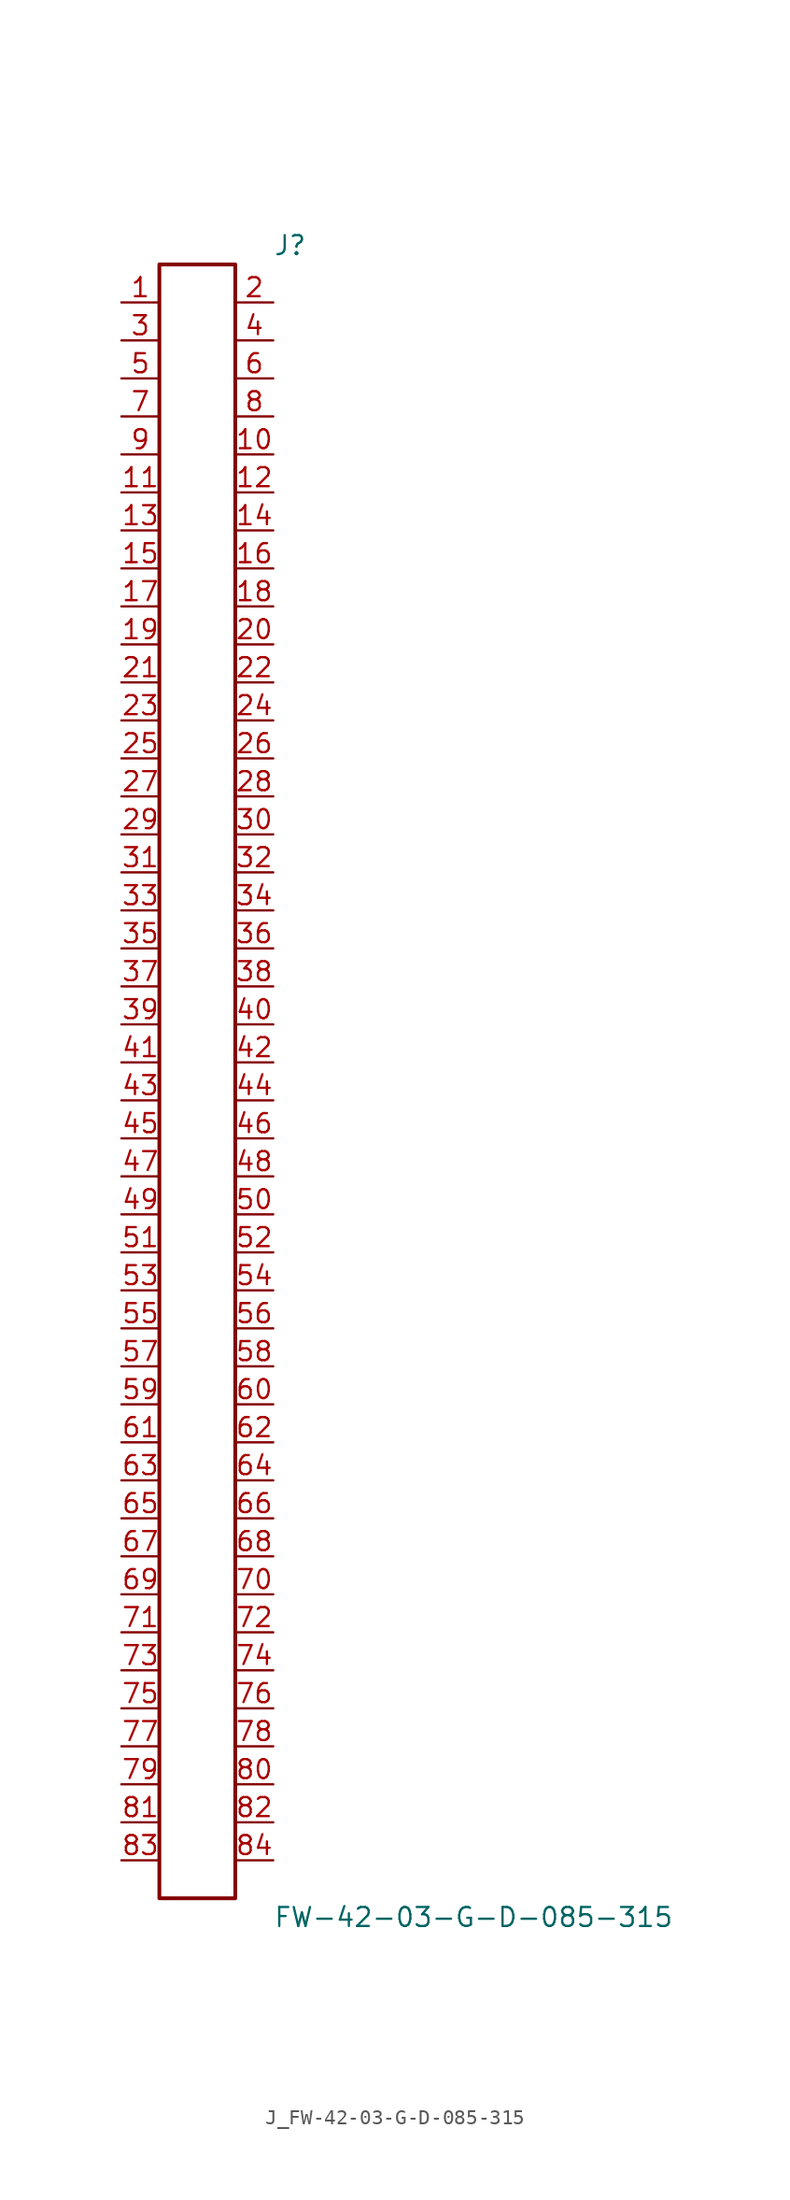
<source format=kicad_sym>
(kicad_symbol_lib
  (version 20231120)
  (generator kicad_symbol_editor)
  (generator_version 8.0)
  (symbol "J_FW-42-03-G-D-085-315"
    (pin_names
      (offset 0.254))
    (property "Reference" "J"
      (at 5.08 55.88 0)
      (effects (font (size 1.27 1.27)) (justify left)))
    (property "Value" "FW-42-03-G-D-085-315"
      (at 5.08 -55.88 0)
      (effects (font (size 1.27 1.27)) (justify left)))
    (symbol "J_FW-42-03-G-D-085-315_0_0"
      (pin unspecified line (at -5.08 52.07 0) (length 2.54) (name "" (effects (font (size 1.27 1.27)))) (number "1" (effects (font (size 1.27 1.27)))))
      (pin unspecified line (at 5.08 52.07 180) (length 2.54) (name "" (effects (font (size 1.27 1.27)))) (number "2" (effects (font (size 1.27 1.27)))))
      (pin unspecified line (at -5.08 49.53 0) (length 2.54) (name "" (effects (font (size 1.27 1.27)))) (number "3" (effects (font (size 1.27 1.27)))))
      (pin unspecified line (at 5.08 49.53 180) (length 2.54) (name "" (effects (font (size 1.27 1.27)))) (number "4" (effects (font (size 1.27 1.27)))))
      (pin unspecified line (at -5.08 46.99 0) (length 2.54) (name "" (effects (font (size 1.27 1.27)))) (number "5" (effects (font (size 1.27 1.27)))))
      (pin unspecified line (at 5.08 46.99 180) (length 2.54) (name "" (effects (font (size 1.27 1.27)))) (number "6" (effects (font (size 1.27 1.27)))))
      (pin unspecified line (at -5.08 44.45 0) (length 2.54) (name "" (effects (font (size 1.27 1.27)))) (number "7" (effects (font (size 1.27 1.27)))))
      (pin unspecified line (at 5.08 44.45 180) (length 2.54) (name "" (effects (font (size 1.27 1.27)))) (number "8" (effects (font (size 1.27 1.27)))))
      (pin unspecified line (at -5.08 41.91 0) (length 2.54) (name "" (effects (font (size 1.27 1.27)))) (number "9" (effects (font (size 1.27 1.27)))))
      (pin unspecified line (at 5.08 41.91 180) (length 2.54) (name "" (effects (font (size 1.27 1.27)))) (number "10" (effects (font (size 1.27 1.27)))))
      (pin unspecified line (at -5.08 39.37 0) (length 2.54) (name "" (effects (font (size 1.27 1.27)))) (number "11" (effects (font (size 1.27 1.27)))))
      (pin unspecified line (at 5.08 39.37 180) (length 2.54) (name "" (effects (font (size 1.27 1.27)))) (number "12" (effects (font (size 1.27 1.27)))))
      (pin unspecified line (at -5.08 36.83 0) (length 2.54) (name "" (effects (font (size 1.27 1.27)))) (number "13" (effects (font (size 1.27 1.27)))))
      (pin unspecified line (at 5.08 36.83 180) (length 2.54) (name "" (effects (font (size 1.27 1.27)))) (number "14" (effects (font (size 1.27 1.27)))))
      (pin unspecified line (at -5.08 34.29 0) (length 2.54) (name "" (effects (font (size 1.27 1.27)))) (number "15" (effects (font (size 1.27 1.27)))))
      (pin unspecified line (at 5.08 34.29 180) (length 2.54) (name "" (effects (font (size 1.27 1.27)))) (number "16" (effects (font (size 1.27 1.27)))))
      (pin unspecified line (at -5.08 31.75 0) (length 2.54) (name "" (effects (font (size 1.27 1.27)))) (number "17" (effects (font (size 1.27 1.27)))))
      (pin unspecified line (at 5.08 31.75 180) (length 2.54) (name "" (effects (font (size 1.27 1.27)))) (number "18" (effects (font (size 1.27 1.27)))))
      (pin unspecified line (at -5.08 29.21 0) (length 2.54) (name "" (effects (font (size 1.27 1.27)))) (number "19" (effects (font (size 1.27 1.27)))))
      (pin unspecified line (at 5.08 29.21 180) (length 2.54) (name "" (effects (font (size 1.27 1.27)))) (number "20" (effects (font (size 1.27 1.27)))))
      (pin unspecified line (at -5.08 26.67 0) (length 2.54) (name "" (effects (font (size 1.27 1.27)))) (number "21" (effects (font (size 1.27 1.27)))))
      (pin unspecified line (at 5.08 26.67 180) (length 2.54) (name "" (effects (font (size 1.27 1.27)))) (number "22" (effects (font (size 1.27 1.27)))))
      (pin unspecified line (at -5.08 24.13 0) (length 2.54) (name "" (effects (font (size 1.27 1.27)))) (number "23" (effects (font (size 1.27 1.27)))))
      (pin unspecified line (at 5.08 24.13 180) (length 2.54) (name "" (effects (font (size 1.27 1.27)))) (number "24" (effects (font (size 1.27 1.27)))))
      (pin unspecified line (at -5.08 21.59 0) (length 2.54) (name "" (effects (font (size 1.27 1.27)))) (number "25" (effects (font (size 1.27 1.27)))))
      (pin unspecified line (at 5.08 21.59 180) (length 2.54) (name "" (effects (font (size 1.27 1.27)))) (number "26" (effects (font (size 1.27 1.27)))))
      (pin unspecified line (at -5.08 19.05 0) (length 2.54) (name "" (effects (font (size 1.27 1.27)))) (number "27" (effects (font (size 1.27 1.27)))))
      (pin unspecified line (at 5.08 19.05 180) (length 2.54) (name "" (effects (font (size 1.27 1.27)))) (number "28" (effects (font (size 1.27 1.27)))))
      (pin unspecified line (at -5.08 16.51 0) (length 2.54) (name "" (effects (font (size 1.27 1.27)))) (number "29" (effects (font (size 1.27 1.27)))))
      (pin unspecified line (at 5.08 16.51 180) (length 2.54) (name "" (effects (font (size 1.27 1.27)))) (number "30" (effects (font (size 1.27 1.27)))))
      (pin unspecified line (at -5.08 13.97 0) (length 2.54) (name "" (effects (font (size 1.27 1.27)))) (number "31" (effects (font (size 1.27 1.27)))))
      (pin unspecified line (at 5.08 13.97 180) (length 2.54) (name "" (effects (font (size 1.27 1.27)))) (number "32" (effects (font (size 1.27 1.27)))))
      (pin unspecified line (at -5.08 11.43 0) (length 2.54) (name "" (effects (font (size 1.27 1.27)))) (number "33" (effects (font (size 1.27 1.27)))))
      (pin unspecified line (at 5.08 11.43 180) (length 2.54) (name "" (effects (font (size 1.27 1.27)))) (number "34" (effects (font (size 1.27 1.27)))))
      (pin unspecified line (at -5.08 8.89 0) (length 2.54) (name "" (effects (font (size 1.27 1.27)))) (number "35" (effects (font (size 1.27 1.27)))))
      (pin unspecified line (at 5.08 8.89 180) (length 2.54) (name "" (effects (font (size 1.27 1.27)))) (number "36" (effects (font (size 1.27 1.27)))))
      (pin unspecified line (at -5.08 6.35 0) (length 2.54) (name "" (effects (font (size 1.27 1.27)))) (number "37" (effects (font (size 1.27 1.27)))))
      (pin unspecified line (at 5.08 6.35 180) (length 2.54) (name "" (effects (font (size 1.27 1.27)))) (number "38" (effects (font (size 1.27 1.27)))))
      (pin unspecified line (at -5.08 3.81 0) (length 2.54) (name "" (effects (font (size 1.27 1.27)))) (number "39" (effects (font (size 1.27 1.27)))))
      (pin unspecified line (at 5.08 3.81 180) (length 2.54) (name "" (effects (font (size 1.27 1.27)))) (number "40" (effects (font (size 1.27 1.27)))))
      (pin unspecified line (at -5.08 1.27 0) (length 2.54) (name "" (effects (font (size 1.27 1.27)))) (number "41" (effects (font (size 1.27 1.27)))))
      (pin unspecified line (at 5.08 1.27 180) (length 2.54) (name "" (effects (font (size 1.27 1.27)))) (number "42" (effects (font (size 1.27 1.27)))))
      (pin unspecified line (at -5.08 -1.27 0) (length 2.54) (name "" (effects (font (size 1.27 1.27)))) (number "43" (effects (font (size 1.27 1.27)))))
      (pin unspecified line (at 5.08 -1.27 180) (length 2.54) (name "" (effects (font (size 1.27 1.27)))) (number "44" (effects (font (size 1.27 1.27)))))
      (pin unspecified line (at -5.08 -3.81 0) (length 2.54) (name "" (effects (font (size 1.27 1.27)))) (number "45" (effects (font (size 1.27 1.27)))))
      (pin unspecified line (at 5.08 -3.81 180) (length 2.54) (name "" (effects (font (size 1.27 1.27)))) (number "46" (effects (font (size 1.27 1.27)))))
      (pin unspecified line (at -5.08 -6.35 0) (length 2.54) (name "" (effects (font (size 1.27 1.27)))) (number "47" (effects (font (size 1.27 1.27)))))
      (pin unspecified line (at 5.08 -6.35 180) (length 2.54) (name "" (effects (font (size 1.27 1.27)))) (number "48" (effects (font (size 1.27 1.27)))))
      (pin unspecified line (at -5.08 -8.89 0) (length 2.54) (name "" (effects (font (size 1.27 1.27)))) (number "49" (effects (font (size 1.27 1.27)))))
      (pin unspecified line (at 5.08 -8.89 180) (length 2.54) (name "" (effects (font (size 1.27 1.27)))) (number "50" (effects (font (size 1.27 1.27)))))
      (pin unspecified line (at -5.08 -11.43 0) (length 2.54) (name "" (effects (font (size 1.27 1.27)))) (number "51" (effects (font (size 1.27 1.27)))))
      (pin unspecified line (at 5.08 -11.43 180) (length 2.54) (name "" (effects (font (size 1.27 1.27)))) (number "52" (effects (font (size 1.27 1.27)))))
      (pin unspecified line (at -5.08 -13.97 0) (length 2.54) (name "" (effects (font (size 1.27 1.27)))) (number "53" (effects (font (size 1.27 1.27)))))
      (pin unspecified line (at 5.08 -13.97 180) (length 2.54) (name "" (effects (font (size 1.27 1.27)))) (number "54" (effects (font (size 1.27 1.27)))))
      (pin unspecified line (at -5.08 -16.51 0) (length 2.54) (name "" (effects (font (size 1.27 1.27)))) (number "55" (effects (font (size 1.27 1.27)))))
      (pin unspecified line (at 5.08 -16.51 180) (length 2.54) (name "" (effects (font (size 1.27 1.27)))) (number "56" (effects (font (size 1.27 1.27)))))
      (pin unspecified line (at -5.08 -19.05 0) (length 2.54) (name "" (effects (font (size 1.27 1.27)))) (number "57" (effects (font (size 1.27 1.27)))))
      (pin unspecified line (at 5.08 -19.05 180) (length 2.54) (name "" (effects (font (size 1.27 1.27)))) (number "58" (effects (font (size 1.27 1.27)))))
      (pin unspecified line (at -5.08 -21.59 0) (length 2.54) (name "" (effects (font (size 1.27 1.27)))) (number "59" (effects (font (size 1.27 1.27)))))
      (pin unspecified line (at 5.08 -21.59 180) (length 2.54) (name "" (effects (font (size 1.27 1.27)))) (number "60" (effects (font (size 1.27 1.27)))))
      (pin unspecified line (at -5.08 -24.13 0) (length 2.54) (name "" (effects (font (size 1.27 1.27)))) (number "61" (effects (font (size 1.27 1.27)))))
      (pin unspecified line (at 5.08 -24.13 180) (length 2.54) (name "" (effects (font (size 1.27 1.27)))) (number "62" (effects (font (size 1.27 1.27)))))
      (pin unspecified line (at -5.08 -26.67 0) (length 2.54) (name "" (effects (font (size 1.27 1.27)))) (number "63" (effects (font (size 1.27 1.27)))))
      (pin unspecified line (at 5.08 -26.67 180) (length 2.54) (name "" (effects (font (size 1.27 1.27)))) (number "64" (effects (font (size 1.27 1.27)))))
      (pin unspecified line (at -5.08 -29.21 0) (length 2.54) (name "" (effects (font (size 1.27 1.27)))) (number "65" (effects (font (size 1.27 1.27)))))
      (pin unspecified line (at 5.08 -29.21 180) (length 2.54) (name "" (effects (font (size 1.27 1.27)))) (number "66" (effects (font (size 1.27 1.27)))))
      (pin unspecified line (at -5.08 -31.75 0) (length 2.54) (name "" (effects (font (size 1.27 1.27)))) (number "67" (effects (font (size 1.27 1.27)))))
      (pin unspecified line (at 5.08 -31.75 180) (length 2.54) (name "" (effects (font (size 1.27 1.27)))) (number "68" (effects (font (size 1.27 1.27)))))
      (pin unspecified line (at -5.08 -34.29 0) (length 2.54) (name "" (effects (font (size 1.27 1.27)))) (number "69" (effects (font (size 1.27 1.27)))))
      (pin unspecified line (at 5.08 -34.29 180) (length 2.54) (name "" (effects (font (size 1.27 1.27)))) (number "70" (effects (font (size 1.27 1.27)))))
      (pin unspecified line (at -5.08 -36.83 0) (length 2.54) (name "" (effects (font (size 1.27 1.27)))) (number "71" (effects (font (size 1.27 1.27)))))
      (pin unspecified line (at 5.08 -36.83 180) (length 2.54) (name "" (effects (font (size 1.27 1.27)))) (number "72" (effects (font (size 1.27 1.27)))))
      (pin unspecified line (at -5.08 -39.37 0) (length 2.54) (name "" (effects (font (size 1.27 1.27)))) (number "73" (effects (font (size 1.27 1.27)))))
      (pin unspecified line (at 5.08 -39.37 180) (length 2.54) (name "" (effects (font (size 1.27 1.27)))) (number "74" (effects (font (size 1.27 1.27)))))
      (pin unspecified line (at -5.08 -41.91 0) (length 2.54) (name "" (effects (font (size 1.27 1.27)))) (number "75" (effects (font (size 1.27 1.27)))))
      (pin unspecified line (at 5.08 -41.91 180) (length 2.54) (name "" (effects (font (size 1.27 1.27)))) (number "76" (effects (font (size 1.27 1.27)))))
      (pin unspecified line (at -5.08 -44.45 0) (length 2.54) (name "" (effects (font (size 1.27 1.27)))) (number "77" (effects (font (size 1.27 1.27)))))
      (pin unspecified line (at 5.08 -44.45 180) (length 2.54) (name "" (effects (font (size 1.27 1.27)))) (number "78" (effects (font (size 1.27 1.27)))))
      (pin unspecified line (at -5.08 -46.99 0) (length 2.54) (name "" (effects (font (size 1.27 1.27)))) (number "79" (effects (font (size 1.27 1.27)))))
      (pin unspecified line (at 5.08 -46.99 180) (length 2.54) (name "" (effects (font (size 1.27 1.27)))) (number "80" (effects (font (size 1.27 1.27)))))
      (pin unspecified line (at -5.08 -49.53 0) (length 2.54) (name "" (effects (font (size 1.27 1.27)))) (number "81" (effects (font (size 1.27 1.27)))))
      (pin unspecified line (at 5.08 -49.53 180) (length 2.54) (name "" (effects (font (size 1.27 1.27)))) (number "82" (effects (font (size 1.27 1.27)))))
      (pin unspecified line (at -5.08 -52.07 0) (length 2.54) (name "" (effects (font (size 1.27 1.27)))) (number "83" (effects (font (size 1.27 1.27)))))
      (pin unspecified line (at 5.08 -52.07 180) (length 2.54) (name "" (effects (font (size 1.27 1.27)))) (number "84" (effects (font (size 1.27 1.27))))))
    (symbol "J_FW-42-03-G-D-085-315_1_0"
      (rectangle (start -2.54 54.61) (end 2.54 -54.61) (stroke (width 0.254) (type solid)) (fill (type none))))))
</source>
